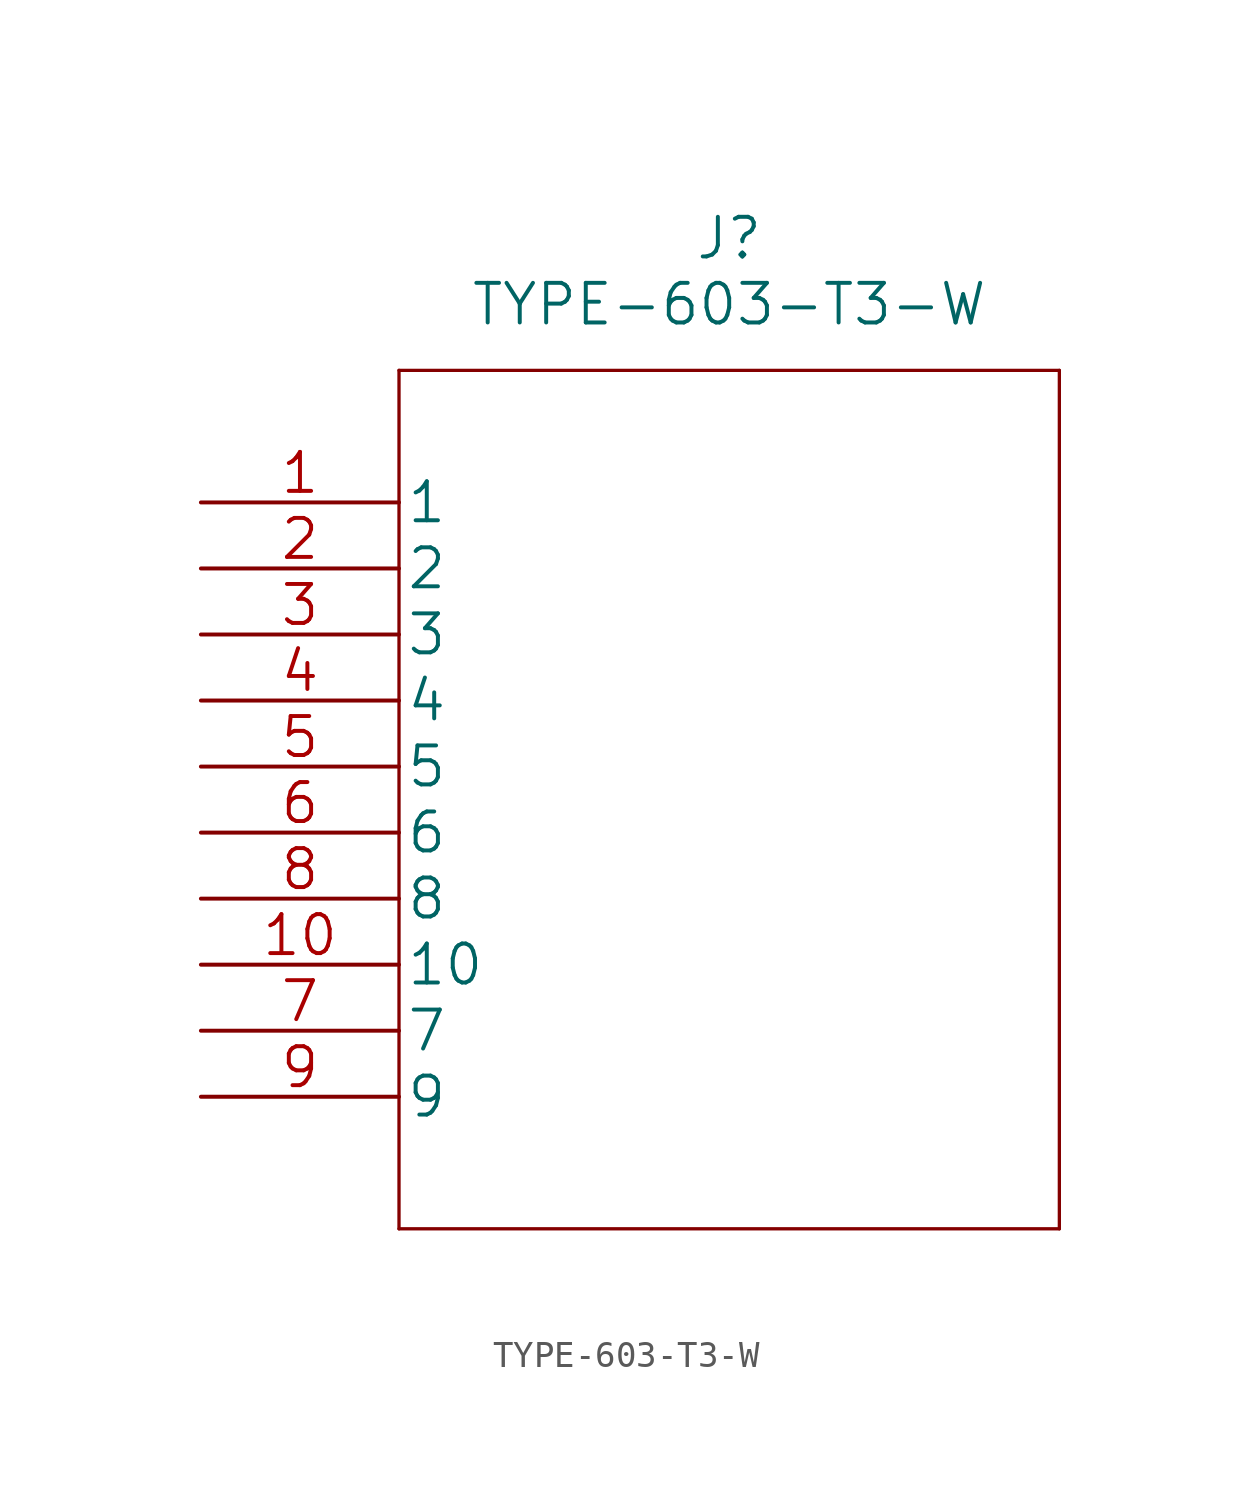
<source format=kicad_sym>
(kicad_symbol_lib
  (version 20211014)
  (generator kicad_symbol_editor)
  (symbol "TYPE-603-T3-W"
    (pin_names
      (offset 0.254))
    (property "Reference" "J"
      (at 20.32 10.16 0)
      (effects (font (size 1.524 1.524))))
    (property "Value" "TYPE-603-T3-W"
      (at 20.32 7.62 0)
      (effects (font (size 1.524 1.524))))
    (property "Datasheet" ""
      (at 0 0 0)
      (effects (font (size 1.524 1.524))))
    (property "ki_locked" ""
      (at 0 0 0)
      (effects (font (size 1.27 1.27))))
    (symbol "TYPE-603-T3-W_1_1"
      (polyline (pts (xy 7.62 -27.94) (xy 33.02 -27.94)) (stroke (width 0.127) (type default) (color 0 0 0 0)) (fill (type none)))
      (polyline (pts (xy 7.62 5.08) (xy 7.62 -27.94)) (stroke (width 0.127) (type default) (color 0 0 0 0)) (fill (type none)))
      (polyline (pts (xy 33.02 -27.94) (xy 33.02 5.08)) (stroke (width 0.127) (type default) (color 0 0 0 0)) (fill (type none)))
      (polyline (pts (xy 33.02 5.08) (xy 7.62 5.08)) (stroke (width 0.127) (type default) (color 0 0 0 0)) (fill (type none)))
      (pin unspecified line (at 0 0 0) (length 7.62) (name "1" (effects (font (size 1.499 1.499)))) (number "1" (effects (font (size 1.499 1.499)))))
      (pin unspecified line (at 0 -17.78 0) (length 7.62) (name "10" (effects (font (size 1.499 1.499)))) (number "10" (effects (font (size 1.499 1.499)))))
      (pin unspecified line (at 0 -2.54 0) (length 7.62) (name "2" (effects (font (size 1.499 1.499)))) (number "2" (effects (font (size 1.499 1.499)))))
      (pin unspecified line (at 0 -5.08 0) (length 7.62) (name "3" (effects (font (size 1.499 1.499)))) (number "3" (effects (font (size 1.499 1.499)))))
      (pin unspecified line (at 0 -7.62 0) (length 7.62) (name "4" (effects (font (size 1.499 1.499)))) (number "4" (effects (font (size 1.499 1.499)))))
      (pin unspecified line (at 0 -10.16 0) (length 7.62) (name "5" (effects (font (size 1.499 1.499)))) (number "5" (effects (font (size 1.499 1.499)))))
      (pin unspecified line (at 0 -12.7 0) (length 7.62) (name "6" (effects (font (size 1.499 1.499)))) (number "6" (effects (font (size 1.499 1.499)))))
      (pin unspecified line (at 0 -20.32 0) (length 7.62) (name "7" (effects (font (size 1.499 1.499)))) (number "7" (effects (font (size 1.499 1.499)))))
      (pin unspecified line (at 0 -15.24 0) (length 7.62) (name "8" (effects (font (size 1.499 1.499)))) (number "8" (effects (font (size 1.499 1.499)))))
      (pin unspecified line (at 0 -22.86 0) (length 7.62) (name "9" (effects (font (size 1.499 1.499)))) (number "9" (effects (font (size 1.499 1.499))))))))
</source>
